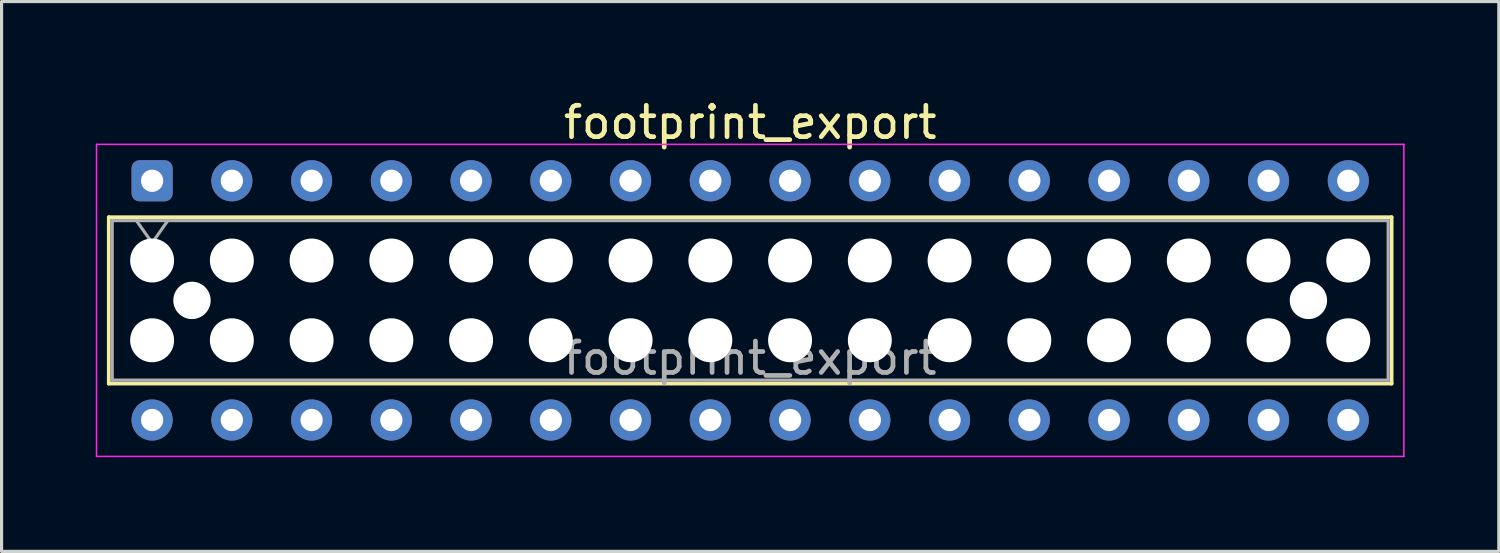
<source format=kicad_pcb>
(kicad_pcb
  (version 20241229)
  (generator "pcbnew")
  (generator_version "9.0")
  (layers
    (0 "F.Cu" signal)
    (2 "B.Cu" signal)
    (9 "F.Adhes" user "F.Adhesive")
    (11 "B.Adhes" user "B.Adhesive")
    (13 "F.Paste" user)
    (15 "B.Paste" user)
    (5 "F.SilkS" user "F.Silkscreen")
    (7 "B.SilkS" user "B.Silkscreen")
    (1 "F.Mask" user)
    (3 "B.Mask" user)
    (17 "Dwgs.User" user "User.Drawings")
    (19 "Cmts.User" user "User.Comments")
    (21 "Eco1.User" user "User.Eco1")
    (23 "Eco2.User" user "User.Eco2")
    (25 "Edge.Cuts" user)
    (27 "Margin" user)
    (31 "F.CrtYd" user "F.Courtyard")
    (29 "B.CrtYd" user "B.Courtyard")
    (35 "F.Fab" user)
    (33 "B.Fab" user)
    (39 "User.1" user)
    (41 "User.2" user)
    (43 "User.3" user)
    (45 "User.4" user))
  (footprint "footprint_export"
    (layer "F.Cu")
    (at 1.795 2.708)
    (property "Reference" "footprint_export" (at 19.05 -1.86 0) (layer "F.SilkS") (effects (font (size 1 1) (thickness 0.15))))
    (attr through_hole)
    (fp_line (start -1.38 1.16) (end 39.48 1.16) (stroke (width 0.12) (type solid)) (layer "F.SilkS"))
    (fp_line (start -1.38 6.46) (end -1.38 1.16) (stroke (width 0.12) (type solid)) (layer "F.SilkS"))
    (fp_line (start 39.48 1.16) (end 39.48 6.46) (stroke (width 0.12) (type solid)) (layer "F.SilkS"))
    (fp_line (start 39.48 6.46) (end -1.38 6.46) (stroke (width 0.12) (type solid)) (layer "F.SilkS"))
    (fp_line (start -1.77 -1.16) (end 39.87 -1.16) (stroke (width 0.05) (type solid)) (layer "F.CrtYd"))
    (fp_line (start -1.77 8.78) (end -1.77 -1.16) (stroke (width 0.05) (type solid)) (layer "F.CrtYd"))
    (fp_line (start 39.87 -1.16) (end 39.87 8.78) (stroke (width 0.05) (type solid)) (layer "F.CrtYd"))
    (fp_line (start 39.87 8.78) (end -1.77 8.78) (stroke (width 0.05) (type solid)) (layer "F.CrtYd"))
    (fp_line (start -1.27 1.27) (end 39.37 1.27) (stroke (width 0.1) (type solid)) (layer "F.Fab"))
    (fp_line (start -1.27 6.35) (end -1.27 1.27) (stroke (width 0.1) (type solid)) (layer "F.Fab"))
    (fp_line (start -0.5 1.27) (end 0 1.977) (stroke (width 0.1) (type solid)) (layer "F.Fab"))
    (fp_line (start 0 1.977) (end 0.5 1.27) (stroke (width 0.1) (type solid)) (layer "F.Fab"))
    (fp_line (start 39.37 1.27) (end 39.37 6.35) (stroke (width 0.1) (type solid)) (layer "F.Fab"))
    (fp_line (start 39.37 6.35) (end -1.27 6.35) (stroke (width 0.1) (type solid)) (layer "F.Fab"))
    (fp_text user "${REFERENCE}" (at 19.05 5.65 0) (layer "F.Fab") (effects (font (size 1 1) (thickness 0.15))))
    (pad "" np_thru_hole circle (at 0 2.54) (size 1.4 1.4) (drill 1.4) (layers "*.Cu" "*.Mask"))
    (pad "" np_thru_hole circle (at 0 5.08) (size 1.4 1.4) (drill 1.4) (layers "*.Cu" "*.Mask"))
    (pad "" np_thru_hole circle (at 1.27 3.81) (size 1.19 1.19) (drill 1.19) (layers "*.Cu" "*.Mask"))
    (pad "" np_thru_hole circle (at 2.54 2.54) (size 1.4 1.4) (drill 1.4) (layers "*.Cu" "*.Mask"))
    (pad "" np_thru_hole circle (at 2.54 5.08) (size 1.4 1.4) (drill 1.4) (layers "*.Cu" "*.Mask"))
    (pad "" np_thru_hole circle (at 5.08 2.54) (size 1.4 1.4) (drill 1.4) (layers "*.Cu" "*.Mask"))
    (pad "" np_thru_hole circle (at 5.08 5.08) (size 1.4 1.4) (drill 1.4) (layers "*.Cu" "*.Mask"))
    (pad "" np_thru_hole circle (at 7.62 2.54) (size 1.4 1.4) (drill 1.4) (layers "*.Cu" "*.Mask"))
    (pad "" np_thru_hole circle (at 7.62 5.08) (size 1.4 1.4) (drill 1.4) (layers "*.Cu" "*.Mask"))
    (pad "" np_thru_hole circle (at 10.16 2.54) (size 1.4 1.4) (drill 1.4) (layers "*.Cu" "*.Mask"))
    (pad "" np_thru_hole circle (at 10.16 5.08) (size 1.4 1.4) (drill 1.4) (layers "*.Cu" "*.Mask"))
    (pad "" np_thru_hole circle (at 12.7 2.54) (size 1.4 1.4) (drill 1.4) (layers "*.Cu" "*.Mask"))
    (pad "" np_thru_hole circle (at 12.7 5.08) (size 1.4 1.4) (drill 1.4) (layers "*.Cu" "*.Mask"))
    (pad "" np_thru_hole circle (at 15.24 2.54) (size 1.4 1.4) (drill 1.4) (layers "*.Cu" "*.Mask"))
    (pad "" np_thru_hole circle (at 15.24 5.08) (size 1.4 1.4) (drill 1.4) (layers "*.Cu" "*.Mask"))
    (pad "" np_thru_hole circle (at 17.78 2.54) (size 1.4 1.4) (drill 1.4) (layers "*.Cu" "*.Mask"))
    (pad "" np_thru_hole circle (at 17.78 5.08) (size 1.4 1.4) (drill 1.4) (layers "*.Cu" "*.Mask"))
    (pad "" np_thru_hole circle (at 20.32 2.54) (size 1.4 1.4) (drill 1.4) (layers "*.Cu" "*.Mask"))
    (pad "" np_thru_hole circle (at 20.32 5.08) (size 1.4 1.4) (drill 1.4) (layers "*.Cu" "*.Mask"))
    (pad "" np_thru_hole circle (at 22.86 2.54) (size 1.4 1.4) (drill 1.4) (layers "*.Cu" "*.Mask"))
    (pad "" np_thru_hole circle (at 22.86 5.08) (size 1.4 1.4) (drill 1.4) (layers "*.Cu" "*.Mask"))
    (pad "" np_thru_hole circle (at 25.4 2.54) (size 1.4 1.4) (drill 1.4) (layers "*.Cu" "*.Mask"))
    (pad "" np_thru_hole circle (at 25.4 5.08) (size 1.4 1.4) (drill 1.4) (layers "*.Cu" "*.Mask"))
    (pad "" np_thru_hole circle (at 27.94 2.54) (size 1.4 1.4) (drill 1.4) (layers "*.Cu" "*.Mask"))
    (pad "" np_thru_hole circle (at 27.94 5.08) (size 1.4 1.4) (drill 1.4) (layers "*.Cu" "*.Mask"))
    (pad "" np_thru_hole circle (at 30.48 2.54) (size 1.4 1.4) (drill 1.4) (layers "*.Cu" "*.Mask"))
    (pad "" np_thru_hole circle (at 30.48 5.08) (size 1.4 1.4) (drill 1.4) (layers "*.Cu" "*.Mask"))
    (pad "" np_thru_hole circle (at 33.02 2.54) (size 1.4 1.4) (drill 1.4) (layers "*.Cu" "*.Mask"))
    (pad "" np_thru_hole circle (at 33.02 5.08) (size 1.4 1.4) (drill 1.4) (layers "*.Cu" "*.Mask"))
    (pad "" np_thru_hole circle (at 35.56 2.54) (size 1.4 1.4) (drill 1.4) (layers "*.Cu" "*.Mask"))
    (pad "" np_thru_hole circle (at 35.56 5.08) (size 1.4 1.4) (drill 1.4) (layers "*.Cu" "*.Mask"))
    (pad "" np_thru_hole circle (at 36.83 3.81) (size 1.19 1.19) (drill 1.19) (layers "*.Cu" "*.Mask"))
    (pad "" np_thru_hole circle (at 38.1 2.54) (size 1.4 1.4) (drill 1.4) (layers "*.Cu" "*.Mask"))
    (pad "" np_thru_hole circle (at 38.1 5.08) (size 1.4 1.4) (drill 1.4) (layers "*.Cu" "*.Mask"))
    (pad "1" thru_hole roundrect (at 0 0) (size 1.31 1.31) (drill 0.71) (layers "*.Cu" "*.Mask") (roundrect_rratio 0.191))
    (pad "2" thru_hole circle (at 0 7.62) (size 1.31 1.31) (drill 0.71) (layers "*.Cu" "*.Mask"))
    (pad "3" thru_hole circle (at 2.54 0) (size 1.31 1.31) (drill 0.71) (layers "*.Cu" "*.Mask"))
    (pad "4" thru_hole circle (at 2.54 7.62) (size 1.31 1.31) (drill 0.71) (layers "*.Cu" "*.Mask"))
    (pad "5" thru_hole circle (at 5.08 0) (size 1.31 1.31) (drill 0.71) (layers "*.Cu" "*.Mask"))
    (pad "6" thru_hole circle (at 5.08 7.62) (size 1.31 1.31) (drill 0.71) (layers "*.Cu" "*.Mask"))
    (pad "7" thru_hole circle (at 7.62 0) (size 1.31 1.31) (drill 0.71) (layers "*.Cu" "*.Mask"))
    (pad "8" thru_hole circle (at 7.62 7.62) (size 1.31 1.31) (drill 0.71) (layers "*.Cu" "*.Mask"))
    (pad "9" thru_hole circle (at 10.16 0) (size 1.31 1.31) (drill 0.71) (layers "*.Cu" "*.Mask"))
    (pad "10" thru_hole circle (at 10.16 7.62) (size 1.31 1.31) (drill 0.71) (layers "*.Cu" "*.Mask"))
    (pad "11" thru_hole circle (at 12.7 0) (size 1.31 1.31) (drill 0.71) (layers "*.Cu" "*.Mask"))
    (pad "12" thru_hole circle (at 12.7 7.62) (size 1.31 1.31) (drill 0.71) (layers "*.Cu" "*.Mask"))
    (pad "13" thru_hole circle (at 15.24 0) (size 1.31 1.31) (drill 0.71) (layers "*.Cu" "*.Mask"))
    (pad "14" thru_hole circle (at 15.24 7.62) (size 1.31 1.31) (drill 0.71) (layers "*.Cu" "*.Mask"))
    (pad "15" thru_hole circle (at 17.78 0) (size 1.31 1.31) (drill 0.71) (layers "*.Cu" "*.Mask"))
    (pad "16" thru_hole circle (at 17.78 7.62) (size 1.31 1.31) (drill 0.71) (layers "*.Cu" "*.Mask"))
    (pad "17" thru_hole circle (at 20.32 0) (size 1.31 1.31) (drill 0.71) (layers "*.Cu" "*.Mask"))
    (pad "18" thru_hole circle (at 20.32 7.62) (size 1.31 1.31) (drill 0.71) (layers "*.Cu" "*.Mask"))
    (pad "19" thru_hole circle (at 22.86 0) (size 1.31 1.31) (drill 0.71) (layers "*.Cu" "*.Mask"))
    (pad "20" thru_hole circle (at 22.86 7.62) (size 1.31 1.31) (drill 0.71) (layers "*.Cu" "*.Mask"))
    (pad "21" thru_hole circle (at 25.4 0) (size 1.31 1.31) (drill 0.71) (layers "*.Cu" "*.Mask"))
    (pad "22" thru_hole circle (at 25.4 7.62) (size 1.31 1.31) (drill 0.71) (layers "*.Cu" "*.Mask"))
    (pad "23" thru_hole circle (at 27.94 0) (size 1.31 1.31) (drill 0.71) (layers "*.Cu" "*.Mask"))
    (pad "24" thru_hole circle (at 27.94 7.62) (size 1.31 1.31) (drill 0.71) (layers "*.Cu" "*.Mask"))
    (pad "25" thru_hole circle (at 30.48 0) (size 1.31 1.31) (drill 0.71) (layers "*.Cu" "*.Mask"))
    (pad "26" thru_hole circle (at 30.48 7.62) (size 1.31 1.31) (drill 0.71) (layers "*.Cu" "*.Mask"))
    (pad "27" thru_hole circle (at 33.02 0) (size 1.31 1.31) (drill 0.71) (layers "*.Cu" "*.Mask"))
    (pad "28" thru_hole circle (at 33.02 7.62) (size 1.31 1.31) (drill 0.71) (layers "*.Cu" "*.Mask"))
    (pad "29" thru_hole circle (at 35.56 0) (size 1.31 1.31) (drill 0.71) (layers "*.Cu" "*.Mask"))
    (pad "30" thru_hole circle (at 35.56 7.62) (size 1.31 1.31) (drill 0.71) (layers "*.Cu" "*.Mask"))
    (pad "31" thru_hole circle (at 38.1 0) (size 1.31 1.31) (drill 0.71) (layers "*.Cu" "*.Mask"))
    (pad "32" thru_hole circle (at 38.1 7.62) (size 1.31 1.31) (drill 0.71) (layers "*.Cu" "*.Mask")))
  (gr_rect
    (start -3 -3)
    (end 44.69 14.513)
    (stroke (width 0.1) (type default))
    (fill no)
    (layer "Edge.Cuts")))
</source>
